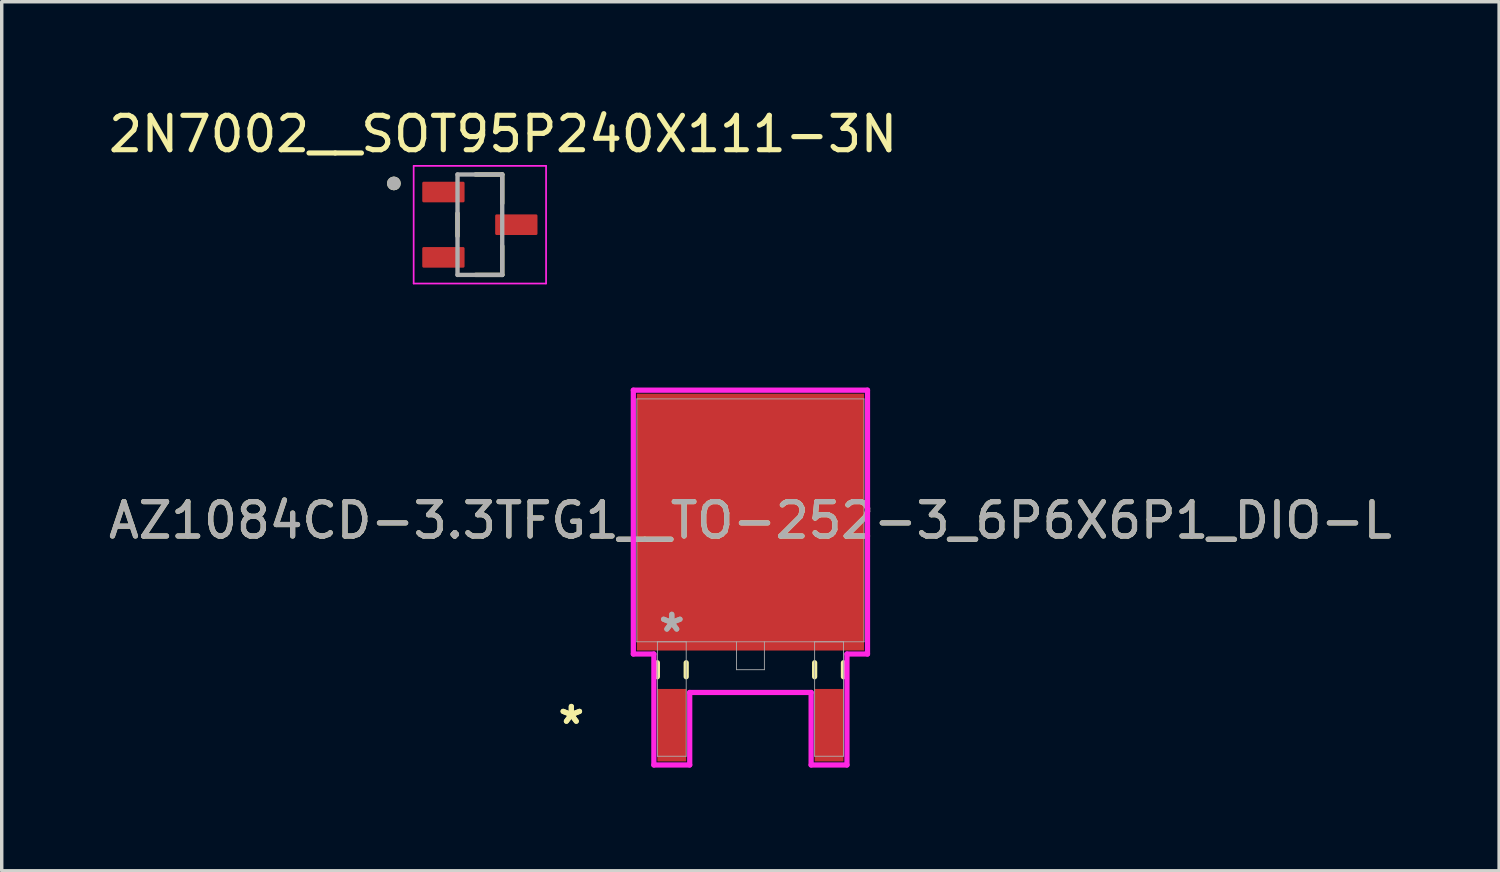
<source format=kicad_pcb>
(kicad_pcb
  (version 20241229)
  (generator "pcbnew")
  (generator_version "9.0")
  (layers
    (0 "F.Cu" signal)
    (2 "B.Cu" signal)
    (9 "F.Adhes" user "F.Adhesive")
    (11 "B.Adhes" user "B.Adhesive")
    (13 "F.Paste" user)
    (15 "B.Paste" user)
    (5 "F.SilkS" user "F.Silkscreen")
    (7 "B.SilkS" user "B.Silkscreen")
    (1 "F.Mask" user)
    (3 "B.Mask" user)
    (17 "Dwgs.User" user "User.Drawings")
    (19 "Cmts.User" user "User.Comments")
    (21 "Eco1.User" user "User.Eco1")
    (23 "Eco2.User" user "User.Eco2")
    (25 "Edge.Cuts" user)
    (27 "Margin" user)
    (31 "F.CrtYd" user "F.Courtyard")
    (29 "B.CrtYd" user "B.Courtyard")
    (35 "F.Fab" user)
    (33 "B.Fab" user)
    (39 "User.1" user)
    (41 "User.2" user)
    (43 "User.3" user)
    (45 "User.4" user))
  (footprint "2N7002__SOT95P240X111-3N"
    (layer "F.Cu")
    (at 10.902 3.483)
    (property "Reference" "2N7002__SOT95P240X111-3N" (at 0.675 -2.635 0) (layer "F.SilkS") (effects (font (size 1 1) (thickness 0.15))))
    (attr smd)
    (fp_line (start -0.65 -0.33) (end -0.65 0.33) (stroke (width 0.127) (type solid)) (layer "F.SilkS"))
    (fp_line (start 0.65 -1.46) (end -0.125 -1.46) (stroke (width 0.127) (type solid)) (layer "F.SilkS"))
    (fp_line (start 0.65 -0.62) (end 0.65 -1.46) (stroke (width 0.127) (type solid)) (layer "F.SilkS"))
    (fp_line (start 0.65 0.62) (end 0.65 1.46) (stroke (width 0.127) (type solid)) (layer "F.SilkS"))
    (fp_line (start 0.65 1.46) (end -0.125 1.46) (stroke (width 0.127) (type solid)) (layer "F.SilkS"))
    (fp_circle (center -2.5 -1.2) (end -2.4 -1.2) (stroke (width 0.2) (type solid)) (fill no) (layer "F.SilkS"))
    (fp_line (start -1.925 -1.71) (end 1.925 -1.71) (stroke (width 0.05) (type solid)) (layer "F.CrtYd"))
    (fp_line (start -1.925 1.71) (end -1.925 -1.71) (stroke (width 0.05) (type solid)) (layer "F.CrtYd"))
    (fp_line (start 1.925 -1.71) (end 1.925 1.71) (stroke (width 0.05) (type solid)) (layer "F.CrtYd"))
    (fp_line (start 1.925 1.71) (end -1.925 1.71) (stroke (width 0.05) (type solid)) (layer "F.CrtYd"))
    (fp_line (start -0.65 -1.46) (end -0.65 1.46) (stroke (width 0.127) (type solid)) (layer "F.Fab"))
    (fp_line (start -0.65 1.46) (end 0.65 1.46) (stroke (width 0.127) (type solid)) (layer "F.Fab"))
    (fp_line (start 0.65 -1.46) (end -0.65 -1.46) (stroke (width 0.127) (type solid)) (layer "F.Fab"))
    (fp_line (start 0.65 1.46) (end 0.65 -1.46) (stroke (width 0.127) (type solid)) (layer "F.Fab"))
    (fp_circle (center -2.5 -1.2) (end -2.4 -1.2) (stroke (width 0.2) (type solid)) (fill no) (layer "F.Fab"))
    (pad "1" smd roundrect (at -1.06 -0.95) (size 1.23 0.6) (layers "F.Cu" "F.Mask" "F.Paste") (roundrect_rratio 0.07))
    (pad "2" smd roundrect (at -1.06 0.95) (size 1.23 0.6) (layers "F.Cu" "F.Mask" "F.Paste") (roundrect_rratio 0.07))
    (pad "3" smd roundrect (at 1.06 0) (size 1.23 0.6) (layers "F.Cu" "F.Mask" "F.Paste") (roundrect_rratio 0.07)))
  (footprint "AZ1084CD-3.3TFG1__TO-252-3_6P6X6P1_DIO-L"
    (layer "F.Cu")
    (at 18.768 12.079)
    (property "Reference" "AZ1084CD-3.3TFG1__TO-252-3_6P6X6P1_DIO-L" (at 0 0 0) (unlocked yes) (layer "F.SilkS") (effects (font (size 1 1) (thickness 0.15))))
    (attr smd)
    (fp_line (start -2.705 4.14) (end -2.705 4.547) (stroke (width 0.152) (type solid)) (layer "F.SilkS"))
    (fp_line (start -1.867 4.14) (end -1.867 4.547) (stroke (width 0.152) (type solid)) (layer "F.SilkS"))
    (fp_line (start 1.867 4.14) (end 1.867 4.547) (stroke (width 0.152) (type solid)) (layer "F.SilkS"))
    (fp_line (start 2.705 4.14) (end 2.705 4.547) (stroke (width 0.152) (type solid)) (layer "F.SilkS"))
    (fp_line (start -3.404 -3.785) (end 3.404 -3.785) (stroke (width 0.152) (type solid)) (layer "F.CrtYd"))
    (fp_line (start -3.404 3.886) (end -3.404 -3.785) (stroke (width 0.152) (type solid)) (layer "F.CrtYd"))
    (fp_line (start -2.807 3.886) (end -3.404 3.886) (stroke (width 0.152) (type solid)) (layer "F.CrtYd"))
    (fp_line (start -2.807 7.112) (end -2.807 3.886) (stroke (width 0.152) (type solid)) (layer "F.CrtYd"))
    (fp_line (start -1.765 5.004) (end -1.765 7.112) (stroke (width 0.152) (type solid)) (layer "F.CrtYd"))
    (fp_line (start -1.765 7.112) (end -2.807 7.112) (stroke (width 0.152) (type solid)) (layer "F.CrtYd"))
    (fp_line (start 1.765 5.004) (end -1.765 5.004) (stroke (width 0.152) (type solid)) (layer "F.CrtYd"))
    (fp_line (start 1.765 7.112) (end 1.765 5.004) (stroke (width 0.152) (type solid)) (layer "F.CrtYd"))
    (fp_line (start 2.807 3.886) (end 2.807 7.112) (stroke (width 0.152) (type solid)) (layer "F.CrtYd"))
    (fp_line (start 2.807 7.112) (end 1.765 7.112) (stroke (width 0.152) (type solid)) (layer "F.CrtYd"))
    (fp_line (start 3.404 -3.785) (end 3.404 3.886) (stroke (width 0.152) (type solid)) (layer "F.CrtYd"))
    (fp_line (start 3.404 3.886) (end 2.807 3.886) (stroke (width 0.152) (type solid)) (layer "F.CrtYd"))
    (fp_line (start -3.302 -3.531) (end -3.302 3.531) (stroke (width 0.025) (type solid)) (layer "F.Fab"))
    (fp_line (start -3.302 3.531) (end 3.302 3.531) (stroke (width 0.025) (type solid)) (layer "F.Fab"))
    (fp_line (start -2.705 3.531) (end -2.705 6.858) (stroke (width 0.025) (type solid)) (layer "F.Fab"))
    (fp_line (start -2.705 6.858) (end -1.867 6.858) (stroke (width 0.025) (type solid)) (layer "F.Fab"))
    (fp_line (start -1.867 3.531) (end -2.705 3.531) (stroke (width 0.025) (type solid)) (layer "F.Fab"))
    (fp_line (start -1.867 6.858) (end -1.867 3.531) (stroke (width 0.025) (type solid)) (layer "F.Fab"))
    (fp_line (start -0.406 3.531) (end -0.406 4.343) (stroke (width 0.025) (type solid)) (layer "F.Fab"))
    (fp_line (start -0.406 4.343) (end 0.406 4.343) (stroke (width 0.025) (type solid)) (layer "F.Fab"))
    (fp_line (start 0.406 4.343) (end 0.406 3.531) (stroke (width 0.025) (type solid)) (layer "F.Fab"))
    (fp_line (start 1.867 3.531) (end 1.867 6.858) (stroke (width 0.025) (type solid)) (layer "F.Fab"))
    (fp_line (start 1.867 6.858) (end 2.705 6.858) (stroke (width 0.025) (type solid)) (layer "F.Fab"))
    (fp_line (start 2.705 3.531) (end 1.867 3.531) (stroke (width 0.025) (type solid)) (layer "F.Fab"))
    (fp_line (start 2.705 6.858) (end 2.705 3.531) (stroke (width 0.025) (type solid)) (layer "F.Fab"))
    (fp_line (start 3.302 -3.531) (end -3.302 -3.531) (stroke (width 0.025) (type solid)) (layer "F.Fab"))
    (fp_line (start 3.302 3.531) (end 3.302 -3.531) (stroke (width 0.025) (type solid)) (layer "F.Fab"))
    (fp_text user "*" (at -5.207 5.956 0) (unlocked yes) (layer "F.SilkS") (effects (font (size 1 1) (thickness 0.15))))
    (fp_text user "*" (at -5.207 5.956 0) (layer "F.SilkS") (effects (font (size 1 1) (thickness 0.15))))
    (fp_text user "${REFERENCE}" (at 0 0 0) (unlocked yes) (layer "F.Fab") (effects (font (size 1 1) (thickness 0.15))))
    (fp_text user "*" (at -2.286 3.277 0) (layer "F.Fab") (effects (font (size 1 1) (thickness 0.15))))
    (fp_text user "*" (at -2.286 3.277 0) (unlocked yes) (layer "F.Fab") (effects (font (size 1 1) (thickness 0.15))))
    (pad "1" smd rect (at -2.286 5.956) (size 0.838 2.108) (layers "F.Cu" "F.Mask" "F.Paste"))
    (pad "2" smd rect (at 0 0.051) (size 6.604 7.468) (layers "F.Cu" "F.Mask" "F.Paste"))
    (pad "3" smd rect (at 2.286 5.956) (size 0.838 2.108) (layers "F.Cu" "F.Mask" "F.Paste")))
  (gr_rect
    (start -3 -3)
    (end 40.536 22.267)
    (stroke (width 0.1) (type default))
    (fill no)
    (layer "Edge.Cuts")))
</source>
